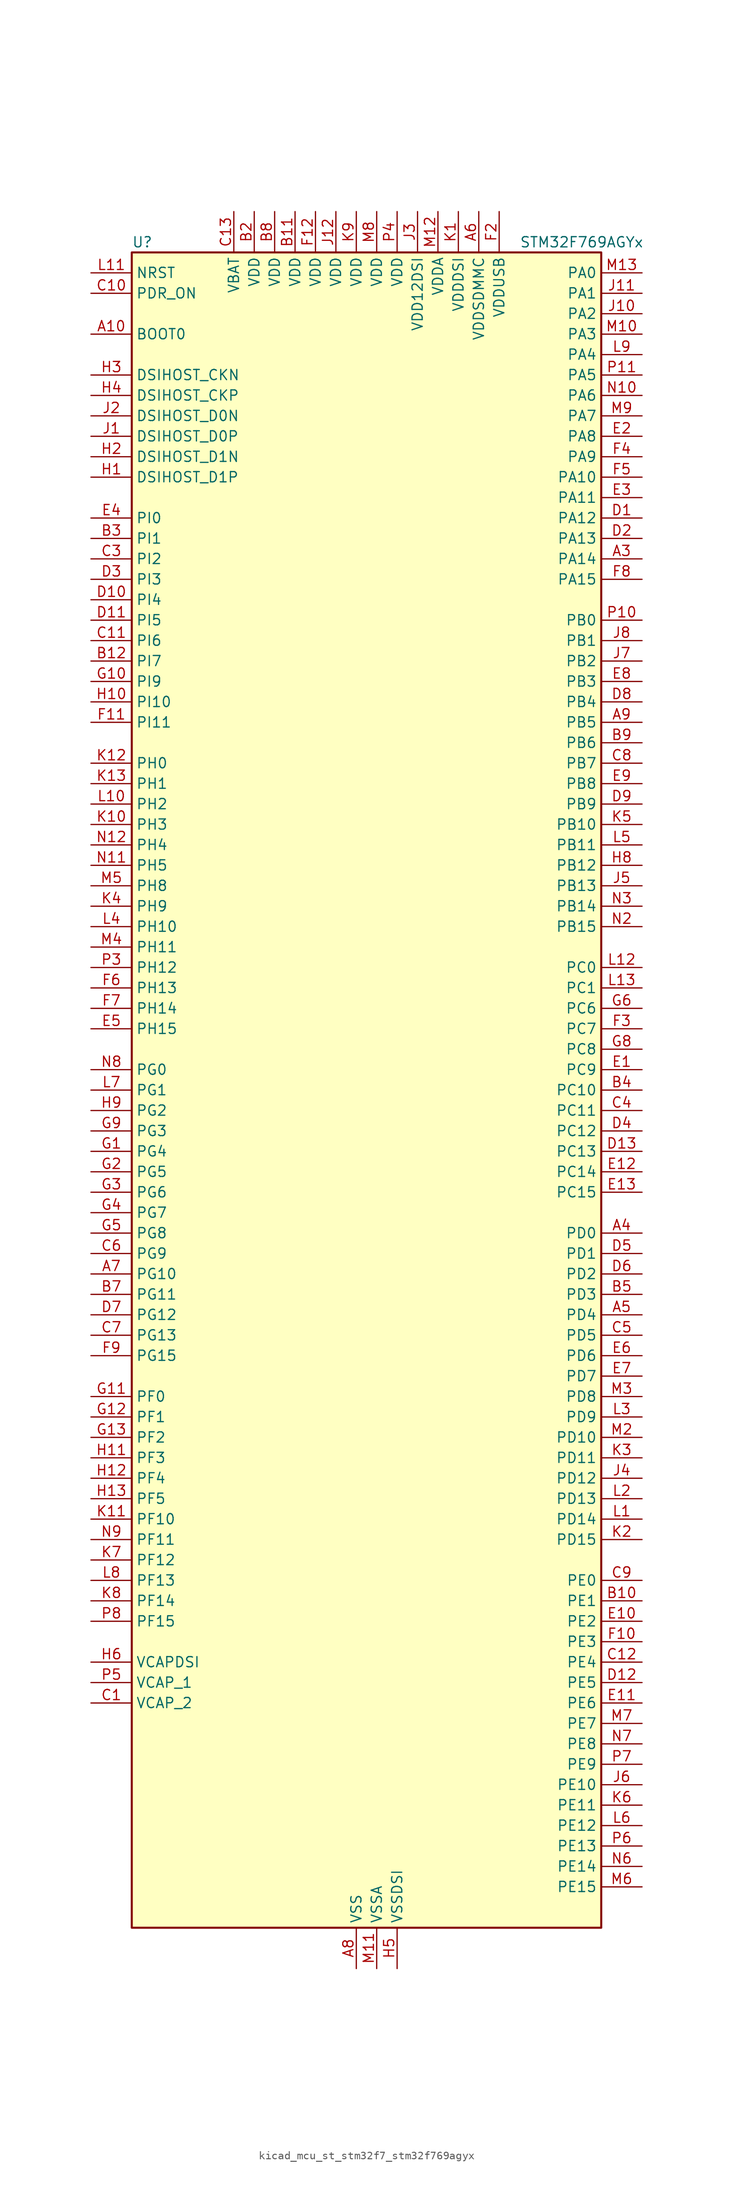
<source format=kicad_sym>
(kicad_symbol_lib
  (version 20220914)
  (generator kicad_symbol_editor)
  (symbol "kicad_mcu_st_stm32f7_stm32f769agyx"
    (property "Reference" "U"
      (at -27.94 105.41 0)
      (effects (font (size 1.27 1.27)) (justify left)))
    (property "Value" "STM32F769AGYx"
      (at 20.32 105.41 0)
      (effects (font (size 1.27 1.27)) (justify left)))
    (property "ki_locked" ""
      (at 0 0 0)
      (effects (font (size 1.27 1.27))))
    (symbol "kicad_mcu_st_stm32f7_stm32f769agyx_0_1"
      (rectangle (start -27.94 -104.14) (end 30.48 104.14) (stroke (width 0.254) (type default)) (fill (type background))))
    (symbol "kicad_mcu_st_stm32f7_stm32f769agyx_1_1"
      (pin no_connect line (at -27.94 -104.14 0) (length 5.08) hide (name "NC" (effects (font (size 1.27 1.27)))) (number "A1" (effects (font (size 1.27 1.27)))))
      (pin input line (at -33.02 93.98 0) (length 5.08) (name "BOOT0" (effects (font (size 1.27 1.27)))) (number "A10" (effects (font (size 1.27 1.27)))))
      (pin passive line (at 0 -109.22 90) (length 5.08) hide (name "VSS" (effects (font (size 1.27 1.27)))) (number "A11" (effects (font (size 1.27 1.27)))))
      (pin no_connect line (at -27.94 -99.06 0) (length 5.08) hide (name "NC" (effects (font (size 1.27 1.27)))) (number "A12" (effects (font (size 1.27 1.27)))))
      (pin no_connect line (at -27.94 -96.52 0) (length 5.08) hide (name "NC" (effects (font (size 1.27 1.27)))) (number "A13" (effects (font (size 1.27 1.27)))))
      (pin no_connect line (at -27.94 -101.6 0) (length 5.08) hide (name "NC" (effects (font (size 1.27 1.27)))) (number "A2" (effects (font (size 1.27 1.27)))))
      (pin bidirectional line (at 35.56 66.04 180) (length 5.08) (name "PA14" (effects (font (size 1.27 1.27)))) (number "A3" (effects (font (size 1.27 1.27)))) (alternate "SYS_JTCK-SWCLK" bidirectional line))
      (pin bidirectional line (at 35.56 -17.78 180) (length 5.08) (name "PD0" (effects (font (size 1.27 1.27)))) (number "A4" (effects (font (size 1.27 1.27)))) (alternate "CAN1_RX" bidirectional line) (alternate "DFSDM1_CKIN6" bidirectional line) (alternate "DFSDM1_DATIN7" bidirectional line) (alternate "FMC_D2" bidirectional line) (alternate "FMC_DA2" bidirectional line) (alternate "UART4_RX" bidirectional line))
      (pin bidirectional line (at 35.56 -27.94 180) (length 5.08) (name "PD4" (effects (font (size 1.27 1.27)))) (number "A5" (effects (font (size 1.27 1.27)))) (alternate "DFSDM1_CKIN0" bidirectional line) (alternate "FMC_NOE" bidirectional line) (alternate "USART2_DE" bidirectional line) (alternate "USART2_RTS" bidirectional line))
      (pin power_in line (at 15.24 109.22 270) (length 5.08) (name "VDDSDMMC" (effects (font (size 1.27 1.27)))) (number "A6" (effects (font (size 1.27 1.27)))))
      (pin bidirectional line (at -33.02 -22.86 0) (length 5.08) (name "PG10" (effects (font (size 1.27 1.27)))) (number "A7" (effects (font (size 1.27 1.27)))) (alternate "DCMI_D2" bidirectional line) (alternate "FMC_NE3" bidirectional line) (alternate "I2S1_WS" bidirectional line) (alternate "LTDC_B2" bidirectional line) (alternate "LTDC_G3" bidirectional line) (alternate "SAI2_SD_B" bidirectional line) (alternate "SDMMC2_D1" bidirectional line) (alternate "SPI1_NSS" bidirectional line))
      (pin power_in line (at 0 -109.22 90) (length 5.08) (name "VSS" (effects (font (size 1.27 1.27)))) (number "A8" (effects (font (size 1.27 1.27)))))
      (pin bidirectional line (at 35.56 45.72 180) (length 5.08) (name "PB5" (effects (font (size 1.27 1.27)))) (number "A9" (effects (font (size 1.27 1.27)))) (alternate "CAN2_RX" bidirectional line) (alternate "DCMI_D10" bidirectional line) (alternate "FMC_SDCKE1" bidirectional line) (alternate "I2C1_SMBA" bidirectional line) (alternate "I2S1_SD" bidirectional line) (alternate "I2S3_SD" bidirectional line) (alternate "LTDC_G7" bidirectional line) (alternate "SPI1_MOSI" bidirectional line) (alternate "SPI3_MOSI" bidirectional line) (alternate "SPI6_MOSI" bidirectional line) (alternate "TIM3_CH2" bidirectional line) (alternate "UART5_RX" bidirectional line) (alternate "USB_OTG_HS_ULPI_D7" bidirectional line))
      (pin no_connect line (at -27.94 -93.98 0) (length 5.08) hide (name "NC" (effects (font (size 1.27 1.27)))) (number "B1" (effects (font (size 1.27 1.27)))))
      (pin bidirectional line (at 35.56 -63.5 180) (length 5.08) (name "PE1" (effects (font (size 1.27 1.27)))) (number "B10" (effects (font (size 1.27 1.27)))) (alternate "DCMI_D3" bidirectional line) (alternate "FMC_NBL1" bidirectional line) (alternate "LPTIM1_IN2" bidirectional line) (alternate "UART8_TX" bidirectional line))
      (pin power_in line (at -7.62 109.22 270) (length 5.08) (name "VDD" (effects (font (size 1.27 1.27)))) (number "B11" (effects (font (size 1.27 1.27)))))
      (pin bidirectional line (at -33.02 53.34 0) (length 5.08) (name "PI7" (effects (font (size 1.27 1.27)))) (number "B12" (effects (font (size 1.27 1.27)))) (alternate "DCMI_D7" bidirectional line) (alternate "FMC_D29" bidirectional line) (alternate "LTDC_B7" bidirectional line) (alternate "SAI2_FS_A" bidirectional line) (alternate "TIM8_CH3" bidirectional line))
      (pin no_connect line (at -27.94 -91.44 0) (length 5.08) hide (name "NC" (effects (font (size 1.27 1.27)))) (number "B13" (effects (font (size 1.27 1.27)))))
      (pin power_in line (at -12.7 109.22 270) (length 5.08) (name "VDD" (effects (font (size 1.27 1.27)))) (number "B2" (effects (font (size 1.27 1.27)))))
      (pin bidirectional line (at -33.02 68.58 0) (length 5.08) (name "PI1" (effects (font (size 1.27 1.27)))) (number "B3" (effects (font (size 1.27 1.27)))) (alternate "DCMI_D8" bidirectional line) (alternate "FMC_D25" bidirectional line) (alternate "I2S2_CK" bidirectional line) (alternate "LTDC_G6" bidirectional line) (alternate "SPI2_SCK" bidirectional line) (alternate "TIM8_BKIN2" bidirectional line))
      (pin bidirectional line (at 35.56 0 180) (length 5.08) (name "PC10" (effects (font (size 1.27 1.27)))) (number "B4" (effects (font (size 1.27 1.27)))) (alternate "DCMI_D8" bidirectional line) (alternate "DFSDM1_CKIN5" bidirectional line) (alternate "I2S3_CK" bidirectional line) (alternate "LTDC_R2" bidirectional line) (alternate "QUADSPI_BK1_IO1" bidirectional line) (alternate "SDMMC1_D2" bidirectional line) (alternate "SPI3_SCK" bidirectional line) (alternate "UART4_TX" bidirectional line) (alternate "USART3_TX" bidirectional line))
      (pin bidirectional line (at 35.56 -25.4 180) (length 5.08) (name "PD3" (effects (font (size 1.27 1.27)))) (number "B5" (effects (font (size 1.27 1.27)))) (alternate "DCMI_D5" bidirectional line) (alternate "DFSDM1_CKOUT" bidirectional line) (alternate "DFSDM1_DATIN0" bidirectional line) (alternate "FMC_CLK" bidirectional line) (alternate "I2S2_CK" bidirectional line) (alternate "LTDC_G7" bidirectional line) (alternate "SPI2_SCK" bidirectional line) (alternate "USART2_CTS" bidirectional line))
      (pin passive line (at 0 -109.22 90) (length 5.08) hide (name "VSS" (effects (font (size 1.27 1.27)))) (number "B6" (effects (font (size 1.27 1.27)))))
      (pin bidirectional line (at -33.02 -25.4 0) (length 5.08) (name "PG11" (effects (font (size 1.27 1.27)))) (number "B7" (effects (font (size 1.27 1.27)))) (alternate "ADC1_EXTI11" bidirectional line) (alternate "ADC2_EXTI11" bidirectional line) (alternate "ADC3_EXTI11" bidirectional line) (alternate "DCMI_D3" bidirectional line) (alternate "I2S1_CK" bidirectional line) (alternate "LTDC_B3" bidirectional line) (alternate "SDMMC2_D2" bidirectional line) (alternate "SPDIFRX_IN0" bidirectional line) (alternate "SPI1_SCK" bidirectional line))
      (pin power_in line (at -10.16 109.22 270) (length 5.08) (name "VDD" (effects (font (size 1.27 1.27)))) (number "B8" (effects (font (size 1.27 1.27)))))
      (pin bidirectional line (at 35.56 43.18 180) (length 5.08) (name "PB6" (effects (font (size 1.27 1.27)))) (number "B9" (effects (font (size 1.27 1.27)))) (alternate "CAN2_TX" bidirectional line) (alternate "CEC" bidirectional line) (alternate "DCMI_D5" bidirectional line) (alternate "DFSDM1_DATIN5" bidirectional line) (alternate "FMC_SDNE1" bidirectional line) (alternate "I2C1_SCL" bidirectional line) (alternate "I2C4_SCL" bidirectional line) (alternate "QUADSPI_BK1_NCS" bidirectional line) (alternate "TIM4_CH1" bidirectional line) (alternate "UART5_TX" bidirectional line) (alternate "USART1_TX" bidirectional line))
      (pin power_out line (at -33.02 -76.2 0) (length 5.08) (name "VCAP_2" (effects (font (size 1.27 1.27)))) (number "C1" (effects (font (size 1.27 1.27)))))
      (pin input line (at -33.02 99.06 0) (length 5.08) (name "PDR_ON" (effects (font (size 1.27 1.27)))) (number "C10" (effects (font (size 1.27 1.27)))))
      (pin bidirectional line (at -33.02 55.88 0) (length 5.08) (name "PI6" (effects (font (size 1.27 1.27)))) (number "C11" (effects (font (size 1.27 1.27)))) (alternate "DCMI_D6" bidirectional line) (alternate "FMC_D28" bidirectional line) (alternate "LTDC_B6" bidirectional line) (alternate "SAI2_SD_A" bidirectional line) (alternate "TIM8_CH2" bidirectional line))
      (pin bidirectional line (at 35.56 -71.12 180) (length 5.08) (name "PE4" (effects (font (size 1.27 1.27)))) (number "C12" (effects (font (size 1.27 1.27)))) (alternate "DCMI_D4" bidirectional line) (alternate "DFSDM1_DATIN3" bidirectional line) (alternate "FMC_A20" bidirectional line) (alternate "LTDC_B0" bidirectional line) (alternate "SAI1_FS_A" bidirectional line) (alternate "SPI4_NSS" bidirectional line) (alternate "SYS_TRACED1" bidirectional line))
      (pin power_in line (at -15.24 109.22 270) (length 5.08) (name "VBAT" (effects (font (size 1.27 1.27)))) (number "C13" (effects (font (size 1.27 1.27)))))
      (pin passive line (at 0 -109.22 90) (length 5.08) hide (name "VSS" (effects (font (size 1.27 1.27)))) (number "C2" (effects (font (size 1.27 1.27)))))
      (pin bidirectional line (at -33.02 66.04 0) (length 5.08) (name "PI2" (effects (font (size 1.27 1.27)))) (number "C3" (effects (font (size 1.27 1.27)))) (alternate "DCMI_D9" bidirectional line) (alternate "FMC_D26" bidirectional line) (alternate "LTDC_G7" bidirectional line) (alternate "SPI2_MISO" bidirectional line) (alternate "TIM8_CH4" bidirectional line))
      (pin bidirectional line (at 35.56 -2.54 180) (length 5.08) (name "PC11" (effects (font (size 1.27 1.27)))) (number "C4" (effects (font (size 1.27 1.27)))) (alternate "ADC1_EXTI11" bidirectional line) (alternate "ADC2_EXTI11" bidirectional line) (alternate "ADC3_EXTI11" bidirectional line) (alternate "DCMI_D4" bidirectional line) (alternate "DFSDM1_DATIN5" bidirectional line) (alternate "QUADSPI_BK2_NCS" bidirectional line) (alternate "SDMMC1_D3" bidirectional line) (alternate "SPI3_MISO" bidirectional line) (alternate "UART4_RX" bidirectional line) (alternate "USART3_RX" bidirectional line))
      (pin bidirectional line (at 35.56 -30.48 180) (length 5.08) (name "PD5" (effects (font (size 1.27 1.27)))) (number "C5" (effects (font (size 1.27 1.27)))) (alternate "FMC_NWE" bidirectional line) (alternate "USART2_TX" bidirectional line))
      (pin bidirectional line (at -33.02 -20.32 0) (length 5.08) (name "PG9" (effects (font (size 1.27 1.27)))) (number "C6" (effects (font (size 1.27 1.27)))) (alternate "DAC_EXTI9" bidirectional line) (alternate "DCMI_VSYNC" bidirectional line) (alternate "FMC_NCE" bidirectional line) (alternate "FMC_NE2" bidirectional line) (alternate "QUADSPI_BK2_IO2" bidirectional line) (alternate "SAI2_FS_B" bidirectional line) (alternate "SDMMC2_D0" bidirectional line) (alternate "SPDIFRX_IN3" bidirectional line) (alternate "SPI1_MISO" bidirectional line) (alternate "USART6_RX" bidirectional line))
      (pin bidirectional line (at -33.02 -30.48 0) (length 5.08) (name "PG13" (effects (font (size 1.27 1.27)))) (number "C7" (effects (font (size 1.27 1.27)))) (alternate "FMC_A24" bidirectional line) (alternate "LPTIM1_OUT" bidirectional line) (alternate "LTDC_R0" bidirectional line) (alternate "SPI6_SCK" bidirectional line) (alternate "SYS_TRACED0" bidirectional line) (alternate "USART6_CTS" bidirectional line))
      (pin bidirectional line (at 35.56 40.64 180) (length 5.08) (name "PB7" (effects (font (size 1.27 1.27)))) (number "C8" (effects (font (size 1.27 1.27)))) (alternate "DCMI_VSYNC" bidirectional line) (alternate "DFSDM1_CKIN5" bidirectional line) (alternate "FMC_NL" bidirectional line) (alternate "I2C1_SDA" bidirectional line) (alternate "I2C4_SDA" bidirectional line) (alternate "TIM4_CH2" bidirectional line) (alternate "USART1_RX" bidirectional line))
      (pin bidirectional line (at 35.56 -60.96 180) (length 5.08) (name "PE0" (effects (font (size 1.27 1.27)))) (number "C9" (effects (font (size 1.27 1.27)))) (alternate "DCMI_D2" bidirectional line) (alternate "FMC_NBL0" bidirectional line) (alternate "LPTIM1_ETR" bidirectional line) (alternate "SAI2_MCLK_A" bidirectional line) (alternate "TIM4_ETR" bidirectional line) (alternate "UART8_RX" bidirectional line))
      (pin bidirectional line (at 35.56 71.12 180) (length 5.08) (name "PA12" (effects (font (size 1.27 1.27)))) (number "D1" (effects (font (size 1.27 1.27)))) (alternate "CAN1_TX" bidirectional line) (alternate "I2S2_CK" bidirectional line) (alternate "LTDC_R5" bidirectional line) (alternate "SAI2_FS_B" bidirectional line) (alternate "SPI2_SCK" bidirectional line) (alternate "TIM1_ETR" bidirectional line) (alternate "UART4_TX" bidirectional line) (alternate "USART1_DE" bidirectional line) (alternate "USART1_RTS" bidirectional line) (alternate "USB_OTG_FS_DP" bidirectional line))
      (pin bidirectional line (at -33.02 60.96 0) (length 5.08) (name "PI4" (effects (font (size 1.27 1.27)))) (number "D10" (effects (font (size 1.27 1.27)))) (alternate "DCMI_D5" bidirectional line) (alternate "FMC_NBL2" bidirectional line) (alternate "LTDC_B4" bidirectional line) (alternate "SAI2_MCLK_A" bidirectional line) (alternate "TIM8_BKIN" bidirectional line))
      (pin bidirectional line (at -33.02 58.42 0) (length 5.08) (name "PI5" (effects (font (size 1.27 1.27)))) (number "D11" (effects (font (size 1.27 1.27)))) (alternate "DCMI_VSYNC" bidirectional line) (alternate "FMC_NBL3" bidirectional line) (alternate "LTDC_B5" bidirectional line) (alternate "SAI2_SCK_A" bidirectional line) (alternate "TIM8_CH1" bidirectional line))
      (pin bidirectional line (at 35.56 -73.66 180) (length 5.08) (name "PE5" (effects (font (size 1.27 1.27)))) (number "D12" (effects (font (size 1.27 1.27)))) (alternate "DCMI_D6" bidirectional line) (alternate "DFSDM1_CKIN3" bidirectional line) (alternate "FMC_A21" bidirectional line) (alternate "LTDC_G0" bidirectional line) (alternate "SAI1_SCK_A" bidirectional line) (alternate "SPI4_MISO" bidirectional line) (alternate "SYS_TRACED2" bidirectional line) (alternate "TIM9_CH1" bidirectional line))
      (pin bidirectional line (at 35.56 -7.62 180) (length 5.08) (name "PC13" (effects (font (size 1.27 1.27)))) (number "D13" (effects (font (size 1.27 1.27)))) (alternate "RTC_OUT" bidirectional line) (alternate "RTC_TAMP1" bidirectional line) (alternate "RTC_TS" bidirectional line) (alternate "SYS_WKUP4" bidirectional line))
      (pin bidirectional line (at 35.56 68.58 180) (length 5.08) (name "PA13" (effects (font (size 1.27 1.27)))) (number "D2" (effects (font (size 1.27 1.27)))) (alternate "SYS_JTMS-SWDIO" bidirectional line))
      (pin bidirectional line (at -33.02 63.5 0) (length 5.08) (name "PI3" (effects (font (size 1.27 1.27)))) (number "D3" (effects (font (size 1.27 1.27)))) (alternate "DCMI_D10" bidirectional line) (alternate "FMC_D27" bidirectional line) (alternate "I2S2_SD" bidirectional line) (alternate "SPI2_MOSI" bidirectional line) (alternate "TIM8_ETR" bidirectional line))
      (pin bidirectional line (at 35.56 -5.08 180) (length 5.08) (name "PC12" (effects (font (size 1.27 1.27)))) (number "D4" (effects (font (size 1.27 1.27)))) (alternate "DCMI_D9" bidirectional line) (alternate "I2S3_SD" bidirectional line) (alternate "SDMMC1_CK" bidirectional line) (alternate "SPI3_MOSI" bidirectional line) (alternate "SYS_TRACED3" bidirectional line) (alternate "UART5_TX" bidirectional line) (alternate "USART3_CK" bidirectional line))
      (pin bidirectional line (at 35.56 -20.32 180) (length 5.08) (name "PD1" (effects (font (size 1.27 1.27)))) (number "D5" (effects (font (size 1.27 1.27)))) (alternate "CAN1_TX" bidirectional line) (alternate "DFSDM1_CKIN7" bidirectional line) (alternate "DFSDM1_DATIN6" bidirectional line) (alternate "FMC_D3" bidirectional line) (alternate "FMC_DA3" bidirectional line) (alternate "UART4_TX" bidirectional line))
      (pin bidirectional line (at 35.56 -22.86 180) (length 5.08) (name "PD2" (effects (font (size 1.27 1.27)))) (number "D6" (effects (font (size 1.27 1.27)))) (alternate "DCMI_D11" bidirectional line) (alternate "SDMMC1_CMD" bidirectional line) (alternate "SYS_TRACED2" bidirectional line) (alternate "TIM3_ETR" bidirectional line) (alternate "UART5_RX" bidirectional line))
      (pin bidirectional line (at -33.02 -27.94 0) (length 5.08) (name "PG12" (effects (font (size 1.27 1.27)))) (number "D7" (effects (font (size 1.27 1.27)))) (alternate "FMC_NE4" bidirectional line) (alternate "LPTIM1_IN1" bidirectional line) (alternate "LTDC_B1" bidirectional line) (alternate "LTDC_B4" bidirectional line) (alternate "SDMMC2_D3" bidirectional line) (alternate "SPDIFRX_IN1" bidirectional line) (alternate "SPI6_MISO" bidirectional line) (alternate "USART6_DE" bidirectional line) (alternate "USART6_RTS" bidirectional line))
      (pin bidirectional line (at 35.56 48.26 180) (length 5.08) (name "PB4" (effects (font (size 1.27 1.27)))) (number "D8" (effects (font (size 1.27 1.27)))) (alternate "CAN3_TX" bidirectional line) (alternate "I2S2_WS" bidirectional line) (alternate "SDMMC2_D3" bidirectional line) (alternate "SPI1_MISO" bidirectional line) (alternate "SPI2_NSS" bidirectional line) (alternate "SPI3_MISO" bidirectional line) (alternate "SPI6_MISO" bidirectional line) (alternate "SYS_JTRST" bidirectional line) (alternate "TIM3_CH1" bidirectional line) (alternate "UART7_TX" bidirectional line))
      (pin bidirectional line (at 35.56 35.56 180) (length 5.08) (name "PB9" (effects (font (size 1.27 1.27)))) (number "D9" (effects (font (size 1.27 1.27)))) (alternate "CAN1_TX" bidirectional line) (alternate "DAC_EXTI9" bidirectional line) (alternate "DCMI_D7" bidirectional line) (alternate "DFSDM1_DATIN7" bidirectional line) (alternate "I2C1_SDA" bidirectional line) (alternate "I2C4_SDA" bidirectional line) (alternate "I2C4_SMBA" bidirectional line) (alternate "I2S2_WS" bidirectional line) (alternate "LTDC_B7" bidirectional line) (alternate "SDMMC1_D5" bidirectional line) (alternate "SDMMC2_D5" bidirectional line) (alternate "SPI2_NSS" bidirectional line) (alternate "TIM11_CH1" bidirectional line) (alternate "TIM4_CH4" bidirectional line) (alternate "UART5_TX" bidirectional line))
      (pin bidirectional line (at 35.56 2.54 180) (length 5.08) (name "PC9" (effects (font (size 1.27 1.27)))) (number "E1" (effects (font (size 1.27 1.27)))) (alternate "DAC_EXTI9" bidirectional line) (alternate "DCMI_D3" bidirectional line) (alternate "I2C3_SDA" bidirectional line) (alternate "I2S_CKIN" bidirectional line) (alternate "LTDC_B2" bidirectional line) (alternate "LTDC_G3" bidirectional line) (alternate "QUADSPI_BK1_IO0" bidirectional line) (alternate "RCC_MCO_2" bidirectional line) (alternate "SDMMC1_D1" bidirectional line) (alternate "TIM3_CH4" bidirectional line) (alternate "TIM8_CH4" bidirectional line) (alternate "UART5_CTS" bidirectional line))
      (pin bidirectional line (at 35.56 -66.04 180) (length 5.08) (name "PE2" (effects (font (size 1.27 1.27)))) (number "E10" (effects (font (size 1.27 1.27)))) (alternate "FMC_A23" bidirectional line) (alternate "QUADSPI_BK1_IO2" bidirectional line) (alternate "SAI1_MCLK_A" bidirectional line) (alternate "SPI4_SCK" bidirectional line) (alternate "SYS_TRACECLK" bidirectional line))
      (pin bidirectional line (at 35.56 -76.2 180) (length 5.08) (name "PE6" (effects (font (size 1.27 1.27)))) (number "E11" (effects (font (size 1.27 1.27)))) (alternate "DCMI_D7" bidirectional line) (alternate "FMC_A22" bidirectional line) (alternate "LTDC_G1" bidirectional line) (alternate "SAI1_SD_A" bidirectional line) (alternate "SAI2_MCLK_B" bidirectional line) (alternate "SPI4_MOSI" bidirectional line) (alternate "SYS_TRACED3" bidirectional line) (alternate "TIM1_BKIN2" bidirectional line) (alternate "TIM9_CH2" bidirectional line))
      (pin bidirectional line (at 35.56 -10.16 180) (length 5.08) (name "PC14" (effects (font (size 1.27 1.27)))) (number "E12" (effects (font (size 1.27 1.27)))) (alternate "RCC_OSC32_IN" bidirectional line))
      (pin bidirectional line (at 35.56 -12.7 180) (length 5.08) (name "PC15" (effects (font (size 1.27 1.27)))) (number "E13" (effects (font (size 1.27 1.27)))) (alternate "RCC_OSC32_OUT" bidirectional line))
      (pin bidirectional line (at 35.56 81.28 180) (length 5.08) (name "PA8" (effects (font (size 1.27 1.27)))) (number "E2" (effects (font (size 1.27 1.27)))) (alternate "CAN3_RX" bidirectional line) (alternate "I2C3_SCL" bidirectional line) (alternate "LTDC_B3" bidirectional line) (alternate "LTDC_R6" bidirectional line) (alternate "RCC_MCO_1" bidirectional line) (alternate "TIM1_CH1" bidirectional line) (alternate "TIM8_BKIN2" bidirectional line) (alternate "UART7_RX" bidirectional line) (alternate "USART1_CK" bidirectional line) (alternate "USB_OTG_FS_SOF" bidirectional line))
      (pin bidirectional line (at 35.56 73.66 180) (length 5.08) (name "PA11" (effects (font (size 1.27 1.27)))) (number "E3" (effects (font (size 1.27 1.27)))) (alternate "ADC1_EXTI11" bidirectional line) (alternate "ADC2_EXTI11" bidirectional line) (alternate "ADC3_EXTI11" bidirectional line) (alternate "CAN1_RX" bidirectional line) (alternate "I2S2_WS" bidirectional line) (alternate "LTDC_R4" bidirectional line) (alternate "SPI2_NSS" bidirectional line) (alternate "TIM1_CH4" bidirectional line) (alternate "UART4_RX" bidirectional line) (alternate "USART1_CTS" bidirectional line) (alternate "USB_OTG_FS_DM" bidirectional line))
      (pin bidirectional line (at -33.02 71.12 0) (length 5.08) (name "PI0" (effects (font (size 1.27 1.27)))) (number "E4" (effects (font (size 1.27 1.27)))) (alternate "DCMI_D13" bidirectional line) (alternate "FMC_D24" bidirectional line) (alternate "I2S2_WS" bidirectional line) (alternate "LTDC_G5" bidirectional line) (alternate "SPI2_NSS" bidirectional line) (alternate "TIM5_CH4" bidirectional line))
      (pin bidirectional line (at -33.02 7.62 0) (length 5.08) (name "PH15" (effects (font (size 1.27 1.27)))) (number "E5" (effects (font (size 1.27 1.27)))) (alternate "DCMI_D11" bidirectional line) (alternate "FMC_D23" bidirectional line) (alternate "LTDC_G4" bidirectional line) (alternate "TIM8_CH3N" bidirectional line))
      (pin bidirectional line (at 35.56 -33.02 180) (length 5.08) (name "PD6" (effects (font (size 1.27 1.27)))) (number "E6" (effects (font (size 1.27 1.27)))) (alternate "DCMI_D10" bidirectional line) (alternate "DFSDM1_CKIN4" bidirectional line) (alternate "DFSDM1_DATIN1" bidirectional line) (alternate "FMC_NWAIT" bidirectional line) (alternate "I2S3_SD" bidirectional line) (alternate "LTDC_B2" bidirectional line) (alternate "SAI1_SD_A" bidirectional line) (alternate "SDMMC2_CK" bidirectional line) (alternate "SPI3_MOSI" bidirectional line) (alternate "USART2_RX" bidirectional line))
      (pin bidirectional line (at 35.56 -35.56 180) (length 5.08) (name "PD7" (effects (font (size 1.27 1.27)))) (number "E7" (effects (font (size 1.27 1.27)))) (alternate "DFSDM1_CKIN1" bidirectional line) (alternate "DFSDM1_DATIN4" bidirectional line) (alternate "FMC_NE1" bidirectional line) (alternate "I2S1_SD" bidirectional line) (alternate "SDMMC2_CMD" bidirectional line) (alternate "SPDIFRX_IN0" bidirectional line) (alternate "SPI1_MOSI" bidirectional line) (alternate "USART2_CK" bidirectional line))
      (pin bidirectional line (at 35.56 50.8 180) (length 5.08) (name "PB3" (effects (font (size 1.27 1.27)))) (number "E8" (effects (font (size 1.27 1.27)))) (alternate "CAN3_RX" bidirectional line) (alternate "I2S1_CK" bidirectional line) (alternate "I2S3_CK" bidirectional line) (alternate "SDMMC2_D2" bidirectional line) (alternate "SPI1_SCK" bidirectional line) (alternate "SPI3_SCK" bidirectional line) (alternate "SPI6_SCK" bidirectional line) (alternate "SYS_JTDO-SWO" bidirectional line) (alternate "TIM2_CH2" bidirectional line) (alternate "UART7_RX" bidirectional line))
      (pin bidirectional line (at 35.56 38.1 180) (length 5.08) (name "PB8" (effects (font (size 1.27 1.27)))) (number "E9" (effects (font (size 1.27 1.27)))) (alternate "CAN1_RX" bidirectional line) (alternate "DCMI_D6" bidirectional line) (alternate "DFSDM1_CKIN7" bidirectional line) (alternate "I2C1_SCL" bidirectional line) (alternate "I2C4_SCL" bidirectional line) (alternate "LTDC_B6" bidirectional line) (alternate "SDMMC1_D4" bidirectional line) (alternate "SDMMC2_D4" bidirectional line) (alternate "TIM10_CH1" bidirectional line) (alternate "TIM4_CH3" bidirectional line) (alternate "UART5_RX" bidirectional line))
      (pin passive line (at 0 -109.22 90) (length 5.08) hide (name "VSS" (effects (font (size 1.27 1.27)))) (number "F1" (effects (font (size 1.27 1.27)))))
      (pin bidirectional line (at 35.56 -68.58 180) (length 5.08) (name "PE3" (effects (font (size 1.27 1.27)))) (number "F10" (effects (font (size 1.27 1.27)))) (alternate "FMC_A19" bidirectional line) (alternate "SAI1_SD_B" bidirectional line) (alternate "SYS_TRACED0" bidirectional line))
      (pin bidirectional line (at -33.02 45.72 0) (length 5.08) (name "PI11" (effects (font (size 1.27 1.27)))) (number "F11" (effects (font (size 1.27 1.27)))) (alternate "ADC1_EXTI11" bidirectional line) (alternate "ADC2_EXTI11" bidirectional line) (alternate "ADC3_EXTI11" bidirectional line) (alternate "LTDC_G6" bidirectional line) (alternate "SYS_WKUP6" bidirectional line) (alternate "USB_OTG_HS_ULPI_DIR" bidirectional line))
      (pin power_in line (at -5.08 109.22 270) (length 5.08) (name "VDD" (effects (font (size 1.27 1.27)))) (number "F12" (effects (font (size 1.27 1.27)))))
      (pin passive line (at 0 -109.22 90) (length 5.08) hide (name "VSS" (effects (font (size 1.27 1.27)))) (number "F13" (effects (font (size 1.27 1.27)))))
      (pin power_in line (at 17.78 109.22 270) (length 5.08) (name "VDDUSB" (effects (font (size 1.27 1.27)))) (number "F2" (effects (font (size 1.27 1.27)))))
      (pin bidirectional line (at 35.56 7.62 180) (length 5.08) (name "PC7" (effects (font (size 1.27 1.27)))) (number "F3" (effects (font (size 1.27 1.27)))) (alternate "DCMI_D1" bidirectional line) (alternate "DFSDM1_DATIN3" bidirectional line) (alternate "FMC_NE1" bidirectional line) (alternate "I2S3_MCK" bidirectional line) (alternate "LTDC_G6" bidirectional line) (alternate "SDMMC1_D7" bidirectional line) (alternate "SDMMC2_D7" bidirectional line) (alternate "TIM3_CH2" bidirectional line) (alternate "TIM8_CH2" bidirectional line) (alternate "USART6_RX" bidirectional line))
      (pin bidirectional line (at 35.56 78.74 180) (length 5.08) (name "PA9" (effects (font (size 1.27 1.27)))) (number "F4" (effects (font (size 1.27 1.27)))) (alternate "DAC_EXTI9" bidirectional line) (alternate "DCMI_D0" bidirectional line) (alternate "I2C3_SMBA" bidirectional line) (alternate "I2S2_CK" bidirectional line) (alternate "LTDC_R5" bidirectional line) (alternate "SPI2_SCK" bidirectional line) (alternate "TIM1_CH2" bidirectional line) (alternate "USART1_TX" bidirectional line) (alternate "USB_OTG_FS_VBUS" bidirectional line))
      (pin bidirectional line (at 35.56 76.2 180) (length 5.08) (name "PA10" (effects (font (size 1.27 1.27)))) (number "F5" (effects (font (size 1.27 1.27)))) (alternate "DCMI_D1" bidirectional line) (alternate "LTDC_B1" bidirectional line) (alternate "LTDC_B4" bidirectional line) (alternate "MDIOS_MDIO" bidirectional line) (alternate "TIM1_CH3" bidirectional line) (alternate "USART1_RX" bidirectional line) (alternate "USB_OTG_FS_ID" bidirectional line))
      (pin bidirectional line (at -33.02 12.7 0) (length 5.08) (name "PH13" (effects (font (size 1.27 1.27)))) (number "F6" (effects (font (size 1.27 1.27)))) (alternate "CAN1_TX" bidirectional line) (alternate "FMC_D21" bidirectional line) (alternate "LTDC_G2" bidirectional line) (alternate "TIM8_CH1N" bidirectional line) (alternate "UART4_TX" bidirectional line))
      (pin bidirectional line (at -33.02 10.16 0) (length 5.08) (name "PH14" (effects (font (size 1.27 1.27)))) (number "F7" (effects (font (size 1.27 1.27)))) (alternate "CAN1_RX" bidirectional line) (alternate "DCMI_D4" bidirectional line) (alternate "FMC_D22" bidirectional line) (alternate "LTDC_G3" bidirectional line) (alternate "TIM8_CH2N" bidirectional line) (alternate "UART4_RX" bidirectional line))
      (pin bidirectional line (at 35.56 63.5 180) (length 5.08) (name "PA15" (effects (font (size 1.27 1.27)))) (number "F8" (effects (font (size 1.27 1.27)))) (alternate "CAN3_TX" bidirectional line) (alternate "CEC" bidirectional line) (alternate "I2S1_WS" bidirectional line) (alternate "I2S3_WS" bidirectional line) (alternate "SPI1_NSS" bidirectional line) (alternate "SPI3_NSS" bidirectional line) (alternate "SPI6_NSS" bidirectional line) (alternate "SYS_JTDI" bidirectional line) (alternate "TIM2_CH1" bidirectional line) (alternate "TIM2_ETR" bidirectional line) (alternate "UART4_DE" bidirectional line) (alternate "UART4_RTS" bidirectional line) (alternate "UART7_TX" bidirectional line))
      (pin bidirectional line (at -33.02 -33.02 0) (length 5.08) (name "PG15" (effects (font (size 1.27 1.27)))) (number "F9" (effects (font (size 1.27 1.27)))) (alternate "DCMI_D13" bidirectional line) (alternate "FMC_SDNCAS" bidirectional line) (alternate "USART6_CTS" bidirectional line))
      (pin bidirectional line (at -33.02 -7.62 0) (length 5.08) (name "PG4" (effects (font (size 1.27 1.27)))) (number "G1" (effects (font (size 1.27 1.27)))) (alternate "FMC_A14" bidirectional line) (alternate "FMC_BA0" bidirectional line))
      (pin bidirectional line (at -33.02 50.8 0) (length 5.08) (name "PI9" (effects (font (size 1.27 1.27)))) (number "G10" (effects (font (size 1.27 1.27)))) (alternate "CAN1_RX" bidirectional line) (alternate "DAC_EXTI9" bidirectional line) (alternate "FMC_D30" bidirectional line) (alternate "LTDC_VSYNC" bidirectional line) (alternate "UART4_RX" bidirectional line))
      (pin bidirectional line (at -33.02 -38.1 0) (length 5.08) (name "PF0" (effects (font (size 1.27 1.27)))) (number "G11" (effects (font (size 1.27 1.27)))) (alternate "FMC_A0" bidirectional line) (alternate "I2C2_SDA" bidirectional line))
      (pin bidirectional line (at -33.02 -40.64 0) (length 5.08) (name "PF1" (effects (font (size 1.27 1.27)))) (number "G12" (effects (font (size 1.27 1.27)))) (alternate "FMC_A1" bidirectional line) (alternate "I2C2_SCL" bidirectional line))
      (pin bidirectional line (at -33.02 -43.18 0) (length 5.08) (name "PF2" (effects (font (size 1.27 1.27)))) (number "G13" (effects (font (size 1.27 1.27)))) (alternate "FMC_A2" bidirectional line) (alternate "I2C2_SMBA" bidirectional line))
      (pin bidirectional line (at -33.02 -10.16 0) (length 5.08) (name "PG5" (effects (font (size 1.27 1.27)))) (number "G2" (effects (font (size 1.27 1.27)))) (alternate "FMC_A15" bidirectional line) (alternate "FMC_BA1" bidirectional line))
      (pin bidirectional line (at -33.02 -12.7 0) (length 5.08) (name "PG6" (effects (font (size 1.27 1.27)))) (number "G3" (effects (font (size 1.27 1.27)))) (alternate "DCMI_D12" bidirectional line) (alternate "FMC_NE3" bidirectional line) (alternate "LTDC_R7" bidirectional line))
      (pin bidirectional line (at -33.02 -15.24 0) (length 5.08) (name "PG7" (effects (font (size 1.27 1.27)))) (number "G4" (effects (font (size 1.27 1.27)))) (alternate "DCMI_D13" bidirectional line) (alternate "FMC_INT" bidirectional line) (alternate "LTDC_CLK" bidirectional line) (alternate "SAI1_MCLK_A" bidirectional line) (alternate "USART6_CK" bidirectional line))
      (pin bidirectional line (at -33.02 -17.78 0) (length 5.08) (name "PG8" (effects (font (size 1.27 1.27)))) (number "G5" (effects (font (size 1.27 1.27)))) (alternate "FMC_SDCLK" bidirectional line) (alternate "LTDC_G7" bidirectional line) (alternate "SPDIFRX_IN2" bidirectional line) (alternate "SPI6_NSS" bidirectional line) (alternate "USART6_DE" bidirectional line) (alternate "USART6_RTS" bidirectional line))
      (pin bidirectional line (at 35.56 10.16 180) (length 5.08) (name "PC6" (effects (font (size 1.27 1.27)))) (number "G6" (effects (font (size 1.27 1.27)))) (alternate "DCMI_D0" bidirectional line) (alternate "DFSDM1_CKIN3" bidirectional line) (alternate "FMC_NWAIT" bidirectional line) (alternate "I2S2_MCK" bidirectional line) (alternate "LTDC_HSYNC" bidirectional line) (alternate "SDMMC1_D6" bidirectional line) (alternate "SDMMC2_D6" bidirectional line) (alternate "TIM3_CH1" bidirectional line) (alternate "TIM8_CH1" bidirectional line) (alternate "USART6_TX" bidirectional line))
      (pin bidirectional line (at 35.56 5.08 180) (length 5.08) (name "PC8" (effects (font (size 1.27 1.27)))) (number "G8" (effects (font (size 1.27 1.27)))) (alternate "DCMI_D2" bidirectional line) (alternate "FMC_NCE" bidirectional line) (alternate "FMC_NE2" bidirectional line) (alternate "SDMMC1_D0" bidirectional line) (alternate "SYS_TRACED1" bidirectional line) (alternate "TIM3_CH3" bidirectional line) (alternate "TIM8_CH3" bidirectional line) (alternate "UART5_DE" bidirectional line) (alternate "UART5_RTS" bidirectional line) (alternate "USART6_CK" bidirectional line))
      (pin bidirectional line (at -33.02 -5.08 0) (length 5.08) (name "PG3" (effects (font (size 1.27 1.27)))) (number "G9" (effects (font (size 1.27 1.27)))) (alternate "FMC_A13" bidirectional line))
      (pin bidirectional line (at -33.02 76.2 0) (length 5.08) (name "DSIHOST_D1P" (effects (font (size 1.27 1.27)))) (number "H1" (effects (font (size 1.27 1.27)))) (alternate "DSIHOST_D1P" bidirectional line))
      (pin bidirectional line (at -33.02 48.26 0) (length 5.08) (name "PI10" (effects (font (size 1.27 1.27)))) (number "H10" (effects (font (size 1.27 1.27)))) (alternate "FMC_D31" bidirectional line) (alternate "LTDC_HSYNC" bidirectional line))
      (pin bidirectional line (at -33.02 -45.72 0) (length 5.08) (name "PF3" (effects (font (size 1.27 1.27)))) (number "H11" (effects (font (size 1.27 1.27)))) (alternate "ADC3_IN9" bidirectional line) (alternate "FMC_A3" bidirectional line))
      (pin bidirectional line (at -33.02 -48.26 0) (length 5.08) (name "PF4" (effects (font (size 1.27 1.27)))) (number "H12" (effects (font (size 1.27 1.27)))) (alternate "ADC3_IN14" bidirectional line) (alternate "FMC_A4" bidirectional line))
      (pin bidirectional line (at -33.02 -50.8 0) (length 5.08) (name "PF5" (effects (font (size 1.27 1.27)))) (number "H13" (effects (font (size 1.27 1.27)))) (alternate "ADC3_IN15" bidirectional line) (alternate "FMC_A5" bidirectional line))
      (pin bidirectional line (at -33.02 78.74 0) (length 5.08) (name "DSIHOST_D1N" (effects (font (size 1.27 1.27)))) (number "H2" (effects (font (size 1.27 1.27)))) (alternate "DSIHOST_D1N" bidirectional line))
      (pin bidirectional line (at -33.02 88.9 0) (length 5.08) (name "DSIHOST_CKN" (effects (font (size 1.27 1.27)))) (number "H3" (effects (font (size 1.27 1.27)))) (alternate "DSIHOST_CKN" bidirectional line))
      (pin bidirectional line (at -33.02 86.36 0) (length 5.08) (name "DSIHOST_CKP" (effects (font (size 1.27 1.27)))) (number "H4" (effects (font (size 1.27 1.27)))) (alternate "DSIHOST_CKP" bidirectional line))
      (pin power_in line (at 5.08 -109.22 90) (length 5.08) (name "VSSDSI" (effects (font (size 1.27 1.27)))) (number "H5" (effects (font (size 1.27 1.27)))))
      (pin power_out line (at -33.02 -71.12 0) (length 5.08) (name "VCAPDSI" (effects (font (size 1.27 1.27)))) (number "H6" (effects (font (size 1.27 1.27)))))
      (pin bidirectional line (at 35.56 27.94 180) (length 5.08) (name "PB12" (effects (font (size 1.27 1.27)))) (number "H8" (effects (font (size 1.27 1.27)))) (alternate "CAN2_RX" bidirectional line) (alternate "DFSDM1_DATIN1" bidirectional line) (alternate "I2C2_SMBA" bidirectional line) (alternate "I2S2_WS" bidirectional line) (alternate "SPI2_NSS" bidirectional line) (alternate "TIM1_BKIN" bidirectional line) (alternate "UART5_RX" bidirectional line) (alternate "USART3_CK" bidirectional line) (alternate "USB_OTG_HS_ID" bidirectional line) (alternate "USB_OTG_HS_ULPI_D5" bidirectional line))
      (pin bidirectional line (at -33.02 -2.54 0) (length 5.08) (name "PG2" (effects (font (size 1.27 1.27)))) (number "H9" (effects (font (size 1.27 1.27)))) (alternate "FMC_A12" bidirectional line))
      (pin bidirectional line (at -33.02 81.28 0) (length 5.08) (name "DSIHOST_D0P" (effects (font (size 1.27 1.27)))) (number "J1" (effects (font (size 1.27 1.27)))) (alternate "DSIHOST_D0P" bidirectional line))
      (pin bidirectional line (at 35.56 96.52 180) (length 5.08) (name "PA2" (effects (font (size 1.27 1.27)))) (number "J10" (effects (font (size 1.27 1.27)))) (alternate "ADC1_IN2" bidirectional line) (alternate "ADC2_IN2" bidirectional line) (alternate "ADC3_IN2" bidirectional line) (alternate "LTDC_R1" bidirectional line) (alternate "MDIOS_MDIO" bidirectional line) (alternate "SAI2_SCK_B" bidirectional line) (alternate "SYS_WKUP2" bidirectional line) (alternate "TIM2_CH3" bidirectional line) (alternate "TIM5_CH3" bidirectional line) (alternate "TIM9_CH1" bidirectional line) (alternate "USART2_TX" bidirectional line))
      (pin bidirectional line (at 35.56 99.06 180) (length 5.08) (name "PA1" (effects (font (size 1.27 1.27)))) (number "J11" (effects (font (size 1.27 1.27)))) (alternate "ADC1_IN1" bidirectional line) (alternate "ADC2_IN1" bidirectional line) (alternate "ADC3_IN1" bidirectional line) (alternate "LTDC_R2" bidirectional line) (alternate "QUADSPI_BK1_IO3" bidirectional line) (alternate "SAI2_MCLK_B" bidirectional line) (alternate "TIM2_CH2" bidirectional line) (alternate "TIM5_CH2" bidirectional line) (alternate "UART4_RX" bidirectional line) (alternate "USART2_DE" bidirectional line) (alternate "USART2_RTS" bidirectional line))
      (pin power_in line (at -2.54 109.22 270) (length 5.08) (name "VDD" (effects (font (size 1.27 1.27)))) (number "J12" (effects (font (size 1.27 1.27)))))
      (pin passive line (at 0 -109.22 90) (length 5.08) hide (name "VSS" (effects (font (size 1.27 1.27)))) (number "J13" (effects (font (size 1.27 1.27)))))
      (pin bidirectional line (at -33.02 83.82 0) (length 5.08) (name "DSIHOST_D0N" (effects (font (size 1.27 1.27)))) (number "J2" (effects (font (size 1.27 1.27)))) (alternate "DSIHOST_D0N" bidirectional line))
      (pin power_in line (at 7.62 109.22 270) (length 5.08) (name "VDD12DSI" (effects (font (size 1.27 1.27)))) (number "J3" (effects (font (size 1.27 1.27)))))
      (pin bidirectional line (at 35.56 -48.26 180) (length 5.08) (name "PD12" (effects (font (size 1.27 1.27)))) (number "J4" (effects (font (size 1.27 1.27)))) (alternate "FMC_A17" bidirectional line) (alternate "FMC_ALE" bidirectional line) (alternate "I2C4_SCL" bidirectional line) (alternate "LPTIM1_IN1" bidirectional line) (alternate "QUADSPI_BK1_IO1" bidirectional line) (alternate "SAI2_FS_A" bidirectional line) (alternate "TIM4_CH1" bidirectional line) (alternate "USART3_DE" bidirectional line) (alternate "USART3_RTS" bidirectional line))
      (pin bidirectional line (at 35.56 25.4 180) (length 5.08) (name "PB13" (effects (font (size 1.27 1.27)))) (number "J5" (effects (font (size 1.27 1.27)))) (alternate "CAN2_TX" bidirectional line) (alternate "DFSDM1_CKIN1" bidirectional line) (alternate "I2S2_CK" bidirectional line) (alternate "SPI2_SCK" bidirectional line) (alternate "TIM1_CH1N" bidirectional line) (alternate "UART5_TX" bidirectional line) (alternate "USART3_CTS" bidirectional line) (alternate "USB_OTG_HS_ULPI_D6" bidirectional line) (alternate "USB_OTG_HS_VBUS" bidirectional line))
      (pin bidirectional line (at 35.56 -86.36 180) (length 5.08) (name "PE10" (effects (font (size 1.27 1.27)))) (number "J6" (effects (font (size 1.27 1.27)))) (alternate "DFSDM1_DATIN4" bidirectional line) (alternate "FMC_D7" bidirectional line) (alternate "FMC_DA7" bidirectional line) (alternate "QUADSPI_BK2_IO3" bidirectional line) (alternate "TIM1_CH2N" bidirectional line) (alternate "UART7_CTS" bidirectional line))
      (pin bidirectional line (at 35.56 53.34 180) (length 5.08) (name "PB2" (effects (font (size 1.27 1.27)))) (number "J7" (effects (font (size 1.27 1.27)))) (alternate "DFSDM1_CKIN1" bidirectional line) (alternate "I2S3_SD" bidirectional line) (alternate "QUADSPI_CLK" bidirectional line) (alternate "SAI1_SD_A" bidirectional line) (alternate "SPI3_MOSI" bidirectional line))
      (pin bidirectional line (at 35.56 55.88 180) (length 5.08) (name "PB1" (effects (font (size 1.27 1.27)))) (number "J8" (effects (font (size 1.27 1.27)))) (alternate "ADC1_IN9" bidirectional line) (alternate "ADC2_IN9" bidirectional line) (alternate "DFSDM1_DATIN1" bidirectional line) (alternate "LTDC_G0" bidirectional line) (alternate "LTDC_R6" bidirectional line) (alternate "TIM1_CH3N" bidirectional line) (alternate "TIM3_CH4" bidirectional line) (alternate "TIM8_CH3N" bidirectional line) (alternate "USB_OTG_HS_ULPI_D2" bidirectional line))
      (pin passive line (at 0 -109.22 90) (length 5.08) hide (name "VSS" (effects (font (size 1.27 1.27)))) (number "J9" (effects (font (size 1.27 1.27)))))
      (pin power_in line (at 12.7 109.22 270) (length 5.08) (name "VDDDSI" (effects (font (size 1.27 1.27)))) (number "K1" (effects (font (size 1.27 1.27)))))
      (pin bidirectional line (at -33.02 33.02 0) (length 5.08) (name "PH3" (effects (font (size 1.27 1.27)))) (number "K10" (effects (font (size 1.27 1.27)))) (alternate "FMC_SDNE0" bidirectional line) (alternate "LTDC_R1" bidirectional line) (alternate "QUADSPI_BK2_IO1" bidirectional line) (alternate "SAI2_MCLK_B" bidirectional line))
      (pin bidirectional line (at -33.02 -53.34 0) (length 5.08) (name "PF10" (effects (font (size 1.27 1.27)))) (number "K11" (effects (font (size 1.27 1.27)))) (alternate "ADC3_IN8" bidirectional line) (alternate "DCMI_D11" bidirectional line) (alternate "LTDC_DE" bidirectional line) (alternate "QUADSPI_CLK" bidirectional line))
      (pin bidirectional line (at -33.02 40.64 0) (length 5.08) (name "PH0" (effects (font (size 1.27 1.27)))) (number "K12" (effects (font (size 1.27 1.27)))) (alternate "RCC_OSC_IN" bidirectional line))
      (pin bidirectional line (at -33.02 38.1 0) (length 5.08) (name "PH1" (effects (font (size 1.27 1.27)))) (number "K13" (effects (font (size 1.27 1.27)))) (alternate "RCC_OSC_OUT" bidirectional line))
      (pin bidirectional line (at 35.56 -55.88 180) (length 5.08) (name "PD15" (effects (font (size 1.27 1.27)))) (number "K2" (effects (font (size 1.27 1.27)))) (alternate "FMC_D1" bidirectional line) (alternate "FMC_DA1" bidirectional line) (alternate "TIM4_CH4" bidirectional line) (alternate "UART8_DE" bidirectional line) (alternate "UART8_RTS" bidirectional line))
      (pin bidirectional line (at 35.56 -45.72 180) (length 5.08) (name "PD11" (effects (font (size 1.27 1.27)))) (number "K3" (effects (font (size 1.27 1.27)))) (alternate "ADC1_EXTI11" bidirectional line) (alternate "ADC2_EXTI11" bidirectional line) (alternate "ADC3_EXTI11" bidirectional line) (alternate "FMC_A16" bidirectional line) (alternate "FMC_CLE" bidirectional line) (alternate "I2C4_SMBA" bidirectional line) (alternate "QUADSPI_BK1_IO0" bidirectional line) (alternate "SAI2_SD_A" bidirectional line) (alternate "USART3_CTS" bidirectional line))
      (pin bidirectional line (at -33.02 22.86 0) (length 5.08) (name "PH9" (effects (font (size 1.27 1.27)))) (number "K4" (effects (font (size 1.27 1.27)))) (alternate "DAC_EXTI9" bidirectional line) (alternate "DCMI_D0" bidirectional line) (alternate "FMC_D17" bidirectional line) (alternate "I2C3_SMBA" bidirectional line) (alternate "LTDC_R3" bidirectional line) (alternate "TIM12_CH2" bidirectional line))
      (pin bidirectional line (at 35.56 33.02 180) (length 5.08) (name "PB10" (effects (font (size 1.27 1.27)))) (number "K5" (effects (font (size 1.27 1.27)))) (alternate "DFSDM1_DATIN7" bidirectional line) (alternate "I2C2_SCL" bidirectional line) (alternate "I2S2_CK" bidirectional line) (alternate "LTDC_G4" bidirectional line) (alternate "QUADSPI_BK1_NCS" bidirectional line) (alternate "SPI2_SCK" bidirectional line) (alternate "TIM2_CH3" bidirectional line) (alternate "USART3_TX" bidirectional line) (alternate "USB_OTG_HS_ULPI_D3" bidirectional line))
      (pin bidirectional line (at 35.56 -88.9 180) (length 5.08) (name "PE11" (effects (font (size 1.27 1.27)))) (number "K6" (effects (font (size 1.27 1.27)))) (alternate "ADC1_EXTI11" bidirectional line) (alternate "ADC2_EXTI11" bidirectional line) (alternate "ADC3_EXTI11" bidirectional line) (alternate "DFSDM1_CKIN4" bidirectional line) (alternate "FMC_D8" bidirectional line) (alternate "FMC_DA8" bidirectional line) (alternate "LTDC_G3" bidirectional line) (alternate "SAI2_SD_B" bidirectional line) (alternate "SPI4_NSS" bidirectional line) (alternate "TIM1_CH2" bidirectional line))
      (pin bidirectional line (at -33.02 -58.42 0) (length 5.08) (name "PF12" (effects (font (size 1.27 1.27)))) (number "K7" (effects (font (size 1.27 1.27)))) (alternate "FMC_A6" bidirectional line))
      (pin bidirectional line (at -33.02 -63.5 0) (length 5.08) (name "PF14" (effects (font (size 1.27 1.27)))) (number "K8" (effects (font (size 1.27 1.27)))) (alternate "DFSDM1_CKIN6" bidirectional line) (alternate "FMC_A8" bidirectional line) (alternate "I2C4_SCL" bidirectional line))
      (pin power_in line (at 0 109.22 270) (length 5.08) (name "VDD" (effects (font (size 1.27 1.27)))) (number "K9" (effects (font (size 1.27 1.27)))))
      (pin bidirectional line (at 35.56 -53.34 180) (length 5.08) (name "PD14" (effects (font (size 1.27 1.27)))) (number "L1" (effects (font (size 1.27 1.27)))) (alternate "FMC_D0" bidirectional line) (alternate "FMC_DA0" bidirectional line) (alternate "TIM4_CH3" bidirectional line) (alternate "UART8_CTS" bidirectional line))
      (pin bidirectional line (at -33.02 35.56 0) (length 5.08) (name "PH2" (effects (font (size 1.27 1.27)))) (number "L10" (effects (font (size 1.27 1.27)))) (alternate "FMC_SDCKE0" bidirectional line) (alternate "LPTIM1_IN2" bidirectional line) (alternate "LTDC_R0" bidirectional line) (alternate "QUADSPI_BK2_IO0" bidirectional line) (alternate "SAI2_SCK_B" bidirectional line))
      (pin input line (at -33.02 101.6 0) (length 5.08) (name "NRST" (effects (font (size 1.27 1.27)))) (number "L11" (effects (font (size 1.27 1.27)))))
      (pin bidirectional line (at 35.56 15.24 180) (length 5.08) (name "PC0" (effects (font (size 1.27 1.27)))) (number "L12" (effects (font (size 1.27 1.27)))) (alternate "ADC1_IN10" bidirectional line) (alternate "ADC2_IN10" bidirectional line) (alternate "ADC3_IN10" bidirectional line) (alternate "DFSDM1_CKIN0" bidirectional line) (alternate "DFSDM1_DATIN4" bidirectional line) (alternate "FMC_SDNWE" bidirectional line) (alternate "LTDC_R5" bidirectional line) (alternate "SAI2_FS_B" bidirectional line) (alternate "USB_OTG_HS_ULPI_STP" bidirectional line))
      (pin bidirectional line (at 35.56 12.7 180) (length 5.08) (name "PC1" (effects (font (size 1.27 1.27)))) (number "L13" (effects (font (size 1.27 1.27)))) (alternate "ADC1_IN11" bidirectional line) (alternate "ADC2_IN11" bidirectional line) (alternate "ADC3_IN11" bidirectional line) (alternate "DFSDM1_CKIN4" bidirectional line) (alternate "DFSDM1_DATIN0" bidirectional line) (alternate "I2S2_SD" bidirectional line) (alternate "MDIOS_MDC" bidirectional line) (alternate "RTC_TAMP3" bidirectional line) (alternate "RTC_TS" bidirectional line) (alternate "SAI1_SD_A" bidirectional line) (alternate "SPI2_MOSI" bidirectional line) (alternate "SYS_TRACED0" bidirectional line) (alternate "SYS_WKUP3" bidirectional line))
      (pin bidirectional line (at 35.56 -50.8 180) (length 5.08) (name "PD13" (effects (font (size 1.27 1.27)))) (number "L2" (effects (font (size 1.27 1.27)))) (alternate "FMC_A18" bidirectional line) (alternate "I2C4_SDA" bidirectional line) (alternate "LPTIM1_OUT" bidirectional line) (alternate "QUADSPI_BK1_IO3" bidirectional line) (alternate "SAI2_SCK_A" bidirectional line) (alternate "TIM4_CH2" bidirectional line))
      (pin bidirectional line (at 35.56 -40.64 180) (length 5.08) (name "PD9" (effects (font (size 1.27 1.27)))) (number "L3" (effects (font (size 1.27 1.27)))) (alternate "DAC_EXTI9" bidirectional line) (alternate "DFSDM1_DATIN3" bidirectional line) (alternate "FMC_D14" bidirectional line) (alternate "FMC_DA14" bidirectional line) (alternate "USART3_RX" bidirectional line))
      (pin bidirectional line (at -33.02 20.32 0) (length 5.08) (name "PH10" (effects (font (size 1.27 1.27)))) (number "L4" (effects (font (size 1.27 1.27)))) (alternate "DCMI_D1" bidirectional line) (alternate "FMC_D18" bidirectional line) (alternate "I2C4_SMBA" bidirectional line) (alternate "LTDC_R4" bidirectional line) (alternate "TIM5_CH1" bidirectional line))
      (pin bidirectional line (at 35.56 30.48 180) (length 5.08) (name "PB11" (effects (font (size 1.27 1.27)))) (number "L5" (effects (font (size 1.27 1.27)))) (alternate "ADC1_EXTI11" bidirectional line) (alternate "ADC2_EXTI11" bidirectional line) (alternate "ADC3_EXTI11" bidirectional line) (alternate "DFSDM1_CKIN7" bidirectional line) (alternate "DSIHOST_TE" bidirectional line) (alternate "I2C2_SDA" bidirectional line) (alternate "LTDC_G5" bidirectional line) (alternate "TIM2_CH4" bidirectional line) (alternate "USART3_RX" bidirectional line) (alternate "USB_OTG_HS_ULPI_D4" bidirectional line))
      (pin bidirectional line (at 35.56 -91.44 180) (length 5.08) (name "PE12" (effects (font (size 1.27 1.27)))) (number "L6" (effects (font (size 1.27 1.27)))) (alternate "DFSDM1_DATIN5" bidirectional line) (alternate "FMC_D9" bidirectional line) (alternate "FMC_DA9" bidirectional line) (alternate "LTDC_B4" bidirectional line) (alternate "SAI2_SCK_B" bidirectional line) (alternate "SPI4_SCK" bidirectional line) (alternate "TIM1_CH3N" bidirectional line))
      (pin bidirectional line (at -33.02 0 0) (length 5.08) (name "PG1" (effects (font (size 1.27 1.27)))) (number "L7" (effects (font (size 1.27 1.27)))) (alternate "FMC_A11" bidirectional line))
      (pin bidirectional line (at -33.02 -60.96 0) (length 5.08) (name "PF13" (effects (font (size 1.27 1.27)))) (number "L8" (effects (font (size 1.27 1.27)))) (alternate "DFSDM1_DATIN6" bidirectional line) (alternate "FMC_A7" bidirectional line) (alternate "I2C4_SMBA" bidirectional line))
      (pin bidirectional line (at 35.56 91.44 180) (length 5.08) (name "PA4" (effects (font (size 1.27 1.27)))) (number "L9" (effects (font (size 1.27 1.27)))) (alternate "ADC1_IN4" bidirectional line) (alternate "ADC2_IN4" bidirectional line) (alternate "DAC_OUT1" bidirectional line) (alternate "DCMI_HSYNC" bidirectional line) (alternate "I2S1_WS" bidirectional line) (alternate "I2S3_WS" bidirectional line) (alternate "LTDC_VSYNC" bidirectional line) (alternate "SPI1_NSS" bidirectional line) (alternate "SPI3_NSS" bidirectional line) (alternate "SPI6_NSS" bidirectional line) (alternate "USART2_CK" bidirectional line) (alternate "USB_OTG_HS_SOF" bidirectional line))
      (pin passive line (at 0 -109.22 90) (length 5.08) hide (name "VSS" (effects (font (size 1.27 1.27)))) (number "M1" (effects (font (size 1.27 1.27)))))
      (pin bidirectional line (at 35.56 93.98 180) (length 5.08) (name "PA3" (effects (font (size 1.27 1.27)))) (number "M10" (effects (font (size 1.27 1.27)))) (alternate "ADC1_IN3" bidirectional line) (alternate "ADC2_IN3" bidirectional line) (alternate "ADC3_IN3" bidirectional line) (alternate "LTDC_B2" bidirectional line) (alternate "LTDC_B5" bidirectional line) (alternate "TIM2_CH4" bidirectional line) (alternate "TIM5_CH4" bidirectional line) (alternate "TIM9_CH2" bidirectional line) (alternate "USART2_RX" bidirectional line) (alternate "USB_OTG_HS_ULPI_D0" bidirectional line))
      (pin power_in line (at 2.54 -109.22 90) (length 5.08) (name "VSSA" (effects (font (size 1.27 1.27)))) (number "M11" (effects (font (size 1.27 1.27)))))
      (pin power_in line (at 10.16 109.22 270) (length 5.08) (name "VDDA" (effects (font (size 1.27 1.27)))) (number "M12" (effects (font (size 1.27 1.27)))))
      (pin bidirectional line (at 35.56 101.6 180) (length 5.08) (name "PA0" (effects (font (size 1.27 1.27)))) (number "M13" (effects (font (size 1.27 1.27)))) (alternate "ADC1_IN0" bidirectional line) (alternate "ADC2_IN0" bidirectional line) (alternate "ADC3_IN0" bidirectional line) (alternate "SAI2_SD_B" bidirectional line) (alternate "SYS_WKUP1" bidirectional line) (alternate "TIM2_CH1" bidirectional line) (alternate "TIM2_ETR" bidirectional line) (alternate "TIM5_CH1" bidirectional line) (alternate "TIM8_ETR" bidirectional line) (alternate "UART4_TX" bidirectional line) (alternate "USART2_CTS" bidirectional line))
      (pin bidirectional line (at 35.56 -43.18 180) (length 5.08) (name "PD10" (effects (font (size 1.27 1.27)))) (number "M2" (effects (font (size 1.27 1.27)))) (alternate "DFSDM1_CKOUT" bidirectional line) (alternate "FMC_D15" bidirectional line) (alternate "FMC_DA15" bidirectional line) (alternate "LTDC_B3" bidirectional line) (alternate "USART3_CK" bidirectional line))
      (pin bidirectional line (at 35.56 -38.1 180) (length 5.08) (name "PD8" (effects (font (size 1.27 1.27)))) (number "M3" (effects (font (size 1.27 1.27)))) (alternate "DFSDM1_CKIN3" bidirectional line) (alternate "FMC_D13" bidirectional line) (alternate "FMC_DA13" bidirectional line) (alternate "SPDIFRX_IN1" bidirectional line) (alternate "USART3_TX" bidirectional line))
      (pin bidirectional line (at -33.02 17.78 0) (length 5.08) (name "PH11" (effects (font (size 1.27 1.27)))) (number "M4" (effects (font (size 1.27 1.27)))) (alternate "ADC1_EXTI11" bidirectional line) (alternate "ADC2_EXTI11" bidirectional line) (alternate "ADC3_EXTI11" bidirectional line) (alternate "DCMI_D2" bidirectional line) (alternate "FMC_D19" bidirectional line) (alternate "I2C4_SCL" bidirectional line) (alternate "LTDC_R5" bidirectional line) (alternate "TIM5_CH2" bidirectional line))
      (pin bidirectional line (at -33.02 25.4 0) (length 5.08) (name "PH8" (effects (font (size 1.27 1.27)))) (number "M5" (effects (font (size 1.27 1.27)))) (alternate "DCMI_HSYNC" bidirectional line) (alternate "FMC_D16" bidirectional line) (alternate "I2C3_SDA" bidirectional line) (alternate "LTDC_R2" bidirectional line))
      (pin bidirectional line (at 35.56 -99.06 180) (length 5.08) (name "PE15" (effects (font (size 1.27 1.27)))) (number "M6" (effects (font (size 1.27 1.27)))) (alternate "FMC_D12" bidirectional line) (alternate "FMC_DA12" bidirectional line) (alternate "LTDC_R7" bidirectional line) (alternate "TIM1_BKIN" bidirectional line))
      (pin bidirectional line (at 35.56 -78.74 180) (length 5.08) (name "PE7" (effects (font (size 1.27 1.27)))) (number "M7" (effects (font (size 1.27 1.27)))) (alternate "DFSDM1_DATIN2" bidirectional line) (alternate "FMC_D4" bidirectional line) (alternate "FMC_DA4" bidirectional line) (alternate "QUADSPI_BK2_IO0" bidirectional line) (alternate "TIM1_ETR" bidirectional line) (alternate "UART7_RX" bidirectional line))
      (pin power_in line (at 2.54 109.22 270) (length 5.08) (name "VDD" (effects (font (size 1.27 1.27)))) (number "M8" (effects (font (size 1.27 1.27)))))
      (pin bidirectional line (at 35.56 83.82 180) (length 5.08) (name "PA7" (effects (font (size 1.27 1.27)))) (number "M9" (effects (font (size 1.27 1.27)))) (alternate "ADC1_IN7" bidirectional line) (alternate "ADC2_IN7" bidirectional line) (alternate "FMC_SDNWE" bidirectional line) (alternate "I2S1_SD" bidirectional line) (alternate "SPI1_MOSI" bidirectional line) (alternate "SPI6_MOSI" bidirectional line) (alternate "TIM14_CH1" bidirectional line) (alternate "TIM1_CH1N" bidirectional line) (alternate "TIM3_CH2" bidirectional line) (alternate "TIM8_CH1N" bidirectional line))
      (pin no_connect line (at -27.94 -88.9 0) (length 5.08) hide (name "NC" (effects (font (size 1.27 1.27)))) (number "N1" (effects (font (size 1.27 1.27)))))
      (pin bidirectional line (at 35.56 86.36 180) (length 5.08) (name "PA6" (effects (font (size 1.27 1.27)))) (number "N10" (effects (font (size 1.27 1.27)))) (alternate "ADC1_IN6" bidirectional line) (alternate "ADC2_IN6" bidirectional line) (alternate "DCMI_PIXCLK" bidirectional line) (alternate "LTDC_G2" bidirectional line) (alternate "MDIOS_MDC" bidirectional line) (alternate "SPI1_MISO" bidirectional line) (alternate "SPI6_MISO" bidirectional line) (alternate "TIM13_CH1" bidirectional line) (alternate "TIM1_BKIN" bidirectional line) (alternate "TIM3_CH1" bidirectional line) (alternate "TIM8_BKIN" bidirectional line))
      (pin bidirectional line (at -33.02 27.94 0) (length 5.08) (name "PH5" (effects (font (size 1.27 1.27)))) (number "N11" (effects (font (size 1.27 1.27)))) (alternate "FMC_SDNWE" bidirectional line) (alternate "I2C2_SDA" bidirectional line))
      (pin bidirectional line (at -33.02 30.48 0) (length 5.08) (name "PH4" (effects (font (size 1.27 1.27)))) (number "N12" (effects (font (size 1.27 1.27)))) (alternate "I2C2_SCL" bidirectional line) (alternate "LTDC_G4" bidirectional line) (alternate "LTDC_G5" bidirectional line) (alternate "USB_OTG_HS_ULPI_NXT" bidirectional line))
      (pin no_connect line (at -27.94 -86.36 0) (length 5.08) hide (name "NC" (effects (font (size 1.27 1.27)))) (number "N13" (effects (font (size 1.27 1.27)))))
      (pin bidirectional line (at 35.56 20.32 180) (length 5.08) (name "PB15" (effects (font (size 1.27 1.27)))) (number "N2" (effects (font (size 1.27 1.27)))) (alternate "DFSDM1_CKIN2" bidirectional line) (alternate "I2S2_SD" bidirectional line) (alternate "RTC_REFIN" bidirectional line) (alternate "SDMMC2_D1" bidirectional line) (alternate "SPI2_MOSI" bidirectional line) (alternate "TIM12_CH2" bidirectional line) (alternate "TIM1_CH3N" bidirectional line) (alternate "TIM8_CH3N" bidirectional line) (alternate "UART4_CTS" bidirectional line) (alternate "USART1_RX" bidirectional line) (alternate "USB_OTG_HS_DP" bidirectional line))
      (pin bidirectional line (at 35.56 22.86 180) (length 5.08) (name "PB14" (effects (font (size 1.27 1.27)))) (number "N3" (effects (font (size 1.27 1.27)))) (alternate "DFSDM1_DATIN2" bidirectional line) (alternate "SDMMC2_D0" bidirectional line) (alternate "SPI2_MISO" bidirectional line) (alternate "TIM12_CH1" bidirectional line) (alternate "TIM1_CH2N" bidirectional line) (alternate "TIM8_CH2N" bidirectional line) (alternate "UART4_DE" bidirectional line) (alternate "UART4_RTS" bidirectional line) (alternate "USART1_TX" bidirectional line) (alternate "USART3_DE" bidirectional line) (alternate "USART3_RTS" bidirectional line) (alternate "USB_OTG_HS_DM" bidirectional line))
      (pin passive line (at 0 -109.22 90) (length 5.08) hide (name "VSS" (effects (font (size 1.27 1.27)))) (number "N4" (effects (font (size 1.27 1.27)))))
      (pin passive line (at 0 -109.22 90) (length 5.08) hide (name "VSS" (effects (font (size 1.27 1.27)))) (number "N5" (effects (font (size 1.27 1.27)))))
      (pin bidirectional line (at 35.56 -96.52 180) (length 5.08) (name "PE14" (effects (font (size 1.27 1.27)))) (number "N6" (effects (font (size 1.27 1.27)))) (alternate "FMC_D11" bidirectional line) (alternate "FMC_DA11" bidirectional line) (alternate "LTDC_CLK" bidirectional line) (alternate "SAI2_MCLK_B" bidirectional line) (alternate "SPI4_MOSI" bidirectional line) (alternate "TIM1_CH4" bidirectional line))
      (pin bidirectional line (at 35.56 -81.28 180) (length 5.08) (name "PE8" (effects (font (size 1.27 1.27)))) (number "N7" (effects (font (size 1.27 1.27)))) (alternate "DFSDM1_CKIN2" bidirectional line) (alternate "FMC_D5" bidirectional line) (alternate "FMC_DA5" bidirectional line) (alternate "QUADSPI_BK2_IO1" bidirectional line) (alternate "TIM1_CH1N" bidirectional line) (alternate "UART7_TX" bidirectional line))
      (pin bidirectional line (at -33.02 2.54 0) (length 5.08) (name "PG0" (effects (font (size 1.27 1.27)))) (number "N8" (effects (font (size 1.27 1.27)))) (alternate "FMC_A10" bidirectional line))
      (pin bidirectional line (at -33.02 -55.88 0) (length 5.08) (name "PF11" (effects (font (size 1.27 1.27)))) (number "N9" (effects (font (size 1.27 1.27)))) (alternate "ADC1_EXTI11" bidirectional line) (alternate "ADC2_EXTI11" bidirectional line) (alternate "ADC3_EXTI11" bidirectional line) (alternate "DCMI_D12" bidirectional line) (alternate "FMC_SDNRAS" bidirectional line) (alternate "SAI2_SD_B" bidirectional line))
      (pin no_connect line (at -27.94 -83.82 0) (length 5.08) hide (name "NC" (effects (font (size 1.27 1.27)))) (number "P1" (effects (font (size 1.27 1.27)))))
      (pin bidirectional line (at 35.56 58.42 180) (length 5.08) (name "PB0" (effects (font (size 1.27 1.27)))) (number "P10" (effects (font (size 1.27 1.27)))) (alternate "ADC1_IN8" bidirectional line) (alternate "ADC2_IN8" bidirectional line) (alternate "DFSDM1_CKOUT" bidirectional line) (alternate "LTDC_G1" bidirectional line) (alternate "LTDC_R3" bidirectional line) (alternate "TIM1_CH2N" bidirectional line) (alternate "TIM3_CH3" bidirectional line) (alternate "TIM8_CH2N" bidirectional line) (alternate "UART4_CTS" bidirectional line) (alternate "USB_OTG_HS_ULPI_D1" bidirectional line))
      (pin bidirectional line (at 35.56 88.9 180) (length 5.08) (name "PA5" (effects (font (size 1.27 1.27)))) (number "P11" (effects (font (size 1.27 1.27)))) (alternate "ADC1_IN5" bidirectional line) (alternate "ADC2_IN5" bidirectional line) (alternate "DAC_OUT2" bidirectional line) (alternate "I2S1_CK" bidirectional line) (alternate "LTDC_R4" bidirectional line) (alternate "SPI1_SCK" bidirectional line) (alternate "SPI6_SCK" bidirectional line) (alternate "TIM2_CH1" bidirectional line) (alternate "TIM2_ETR" bidirectional line) (alternate "TIM8_CH1N" bidirectional line) (alternate "USB_OTG_HS_ULPI_CK" bidirectional line))
      (pin no_connect line (at -27.94 -78.74 0) (length 5.08) hide (name "NC" (effects (font (size 1.27 1.27)))) (number "P12" (effects (font (size 1.27 1.27)))))
      (pin no_connect line (at -27.94 -76.2 0) (length 5.08) hide (name "NC" (effects (font (size 1.27 1.27)))) (number "P13" (effects (font (size 1.27 1.27)))))
      (pin no_connect line (at -27.94 -81.28 0) (length 5.08) hide (name "NC" (effects (font (size 1.27 1.27)))) (number "P2" (effects (font (size 1.27 1.27)))))
      (pin bidirectional line (at -33.02 15.24 0) (length 5.08) (name "PH12" (effects (font (size 1.27 1.27)))) (number "P3" (effects (font (size 1.27 1.27)))) (alternate "DCMI_D3" bidirectional line) (alternate "FMC_D20" bidirectional line) (alternate "I2C4_SDA" bidirectional line) (alternate "LTDC_R6" bidirectional line) (alternate "TIM5_CH3" bidirectional line))
      (pin power_in line (at 5.08 109.22 270) (length 5.08) (name "VDD" (effects (font (size 1.27 1.27)))) (number "P4" (effects (font (size 1.27 1.27)))))
      (pin power_out line (at -33.02 -73.66 0) (length 5.08) (name "VCAP_1" (effects (font (size 1.27 1.27)))) (number "P5" (effects (font (size 1.27 1.27)))))
      (pin bidirectional line (at 35.56 -93.98 180) (length 5.08) (name "PE13" (effects (font (size 1.27 1.27)))) (number "P6" (effects (font (size 1.27 1.27)))) (alternate "DFSDM1_CKIN5" bidirectional line) (alternate "FMC_D10" bidirectional line) (alternate "FMC_DA10" bidirectional line) (alternate "LTDC_DE" bidirectional line) (alternate "SAI2_FS_B" bidirectional line) (alternate "SPI4_MISO" bidirectional line) (alternate "TIM1_CH3" bidirectional line))
      (pin bidirectional line (at 35.56 -83.82 180) (length 5.08) (name "PE9" (effects (font (size 1.27 1.27)))) (number "P7" (effects (font (size 1.27 1.27)))) (alternate "DAC_EXTI9" bidirectional line) (alternate "DFSDM1_CKOUT" bidirectional line) (alternate "FMC_D6" bidirectional line) (alternate "FMC_DA6" bidirectional line) (alternate "QUADSPI_BK2_IO2" bidirectional line) (alternate "TIM1_CH1" bidirectional line) (alternate "UART7_DE" bidirectional line) (alternate "UART7_RTS" bidirectional line))
      (pin bidirectional line (at -33.02 -66.04 0) (length 5.08) (name "PF15" (effects (font (size 1.27 1.27)))) (number "P8" (effects (font (size 1.27 1.27)))) (alternate "FMC_A9" bidirectional line) (alternate "I2C4_SDA" bidirectional line))
      (pin passive line (at 0 -109.22 90) (length 5.08) hide (name "VSS" (effects (font (size 1.27 1.27)))) (number "P9" (effects (font (size 1.27 1.27))))))))
</source>
